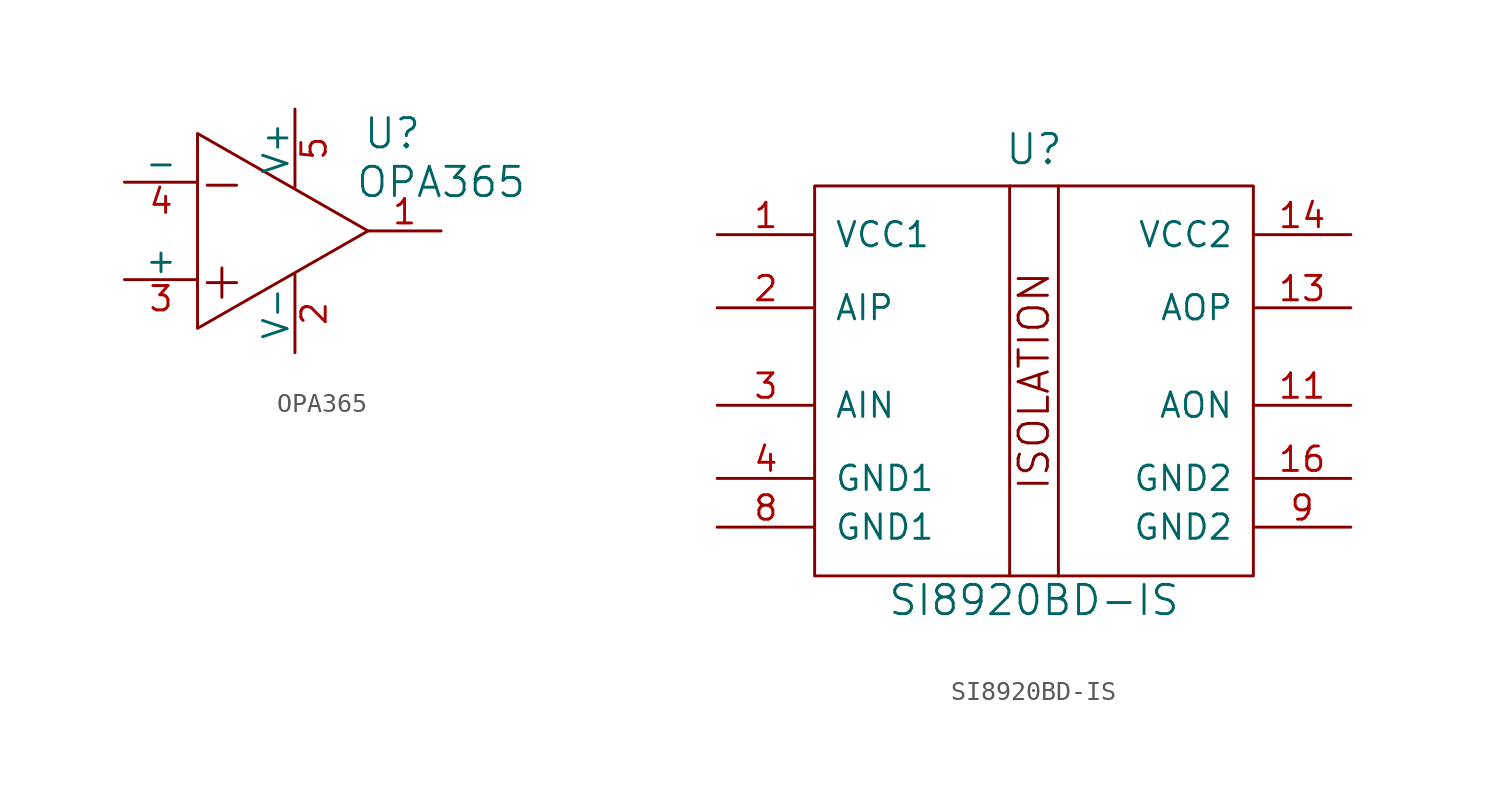
<source format=kicad_sym>
(kicad_symbol_lib
  (version 20201005)
  (generator kicad_symbol_editor)
  (symbol "OPA365"
    (pin_names
      (offset 0))
    (property "Reference" "U"
      (at 5.08 5.08 0)
      (effects (font (size 1.524 1.524))))
    (property "Value" "OPA365"
      (at 7.62 2.54 0)
      (effects (font (size 1.524 1.524))))
    (symbol "OPA365_0_0"
      (text "+" (at -3.81 -2.54 0) (effects (font (size 2.007 2.007))))
      (text "-" (at -3.81 2.54 0) (effects (font (size 2.007 2.007)))))
    (symbol "OPA365_0_1"
      (polyline (pts (xy -5.08 5.08) (xy -5.08 -5.08) (xy 3.81 0) (xy -5.08 5.08)) (stroke (width 0)) (fill (type none)))
      (pin power_in line (at 0 -6.35 90) (length 4.089) (name "V-" (effects (font (size 1.27 1.27)))) (number "2" (effects (font (size 1.27 1.27)))))
      (pin power_in line (at 0 6.35 270) (length 4.089) (name "V+" (effects (font (size 1.27 1.27)))) (number "5" (effects (font (size 1.27 1.27))))))
    (symbol "OPA365_1_1"
      (pin output line (at 7.62 0 180) (length 3.81) (name "~" (effects (font (size 1.27 1.27)))) (number "1" (effects (font (size 1.27 1.27)))))
      (pin input line (at -8.89 -2.54 0) (length 3.81) (name "+" (effects (font (size 1.27 1.27)))) (number "3" (effects (font (size 1.27 1.27)))))
      (pin input line (at -8.89 2.54 0) (length 3.81) (name "-" (effects (font (size 1.27 1.27)))) (number "4" (effects (font (size 1.27 1.27)))))))
  (symbol "SI8920BD-IS"
    (pin_names
      (offset 1.016))
    (property "Reference" "U"
      (at 0 12.065 0)
      (effects (font (size 1.524 1.524))))
    (property "Value" "SI8920BD-IS"
      (at 0 -11.43 0)
      (effects (font (size 1.524 1.524))))
    (symbol "SI8920BD-IS_0_0"
      (text "ISOLATION" (at 0 0 900) (effects (font (size 1.524 1.524)))))
    (symbol "SI8920BD-IS_0_1"
      (rectangle (start -11.43 10.16) (end 11.43 -10.16) (stroke (width 0)) (fill (type none)))
      (polyline (pts (xy -1.27 10.16) (xy -1.27 -10.16)) (stroke (width 0)) (fill (type none)))
      (polyline (pts (xy 1.27 10.16) (xy 1.27 -10.16)) (stroke (width 0)) (fill (type none))))
    (symbol "SI8920BD-IS_1_1"
      (pin power_in line (at -16.51 7.62 0) (length 5.08) (name "VCC1" (effects (font (size 1.27 1.27)))) (number "1" (effects (font (size 1.27 1.27)))))
      (pin unconnected line (at 8.89 10.16 270) (length 0) hide (name "NC" (effects (font (size 1.27 1.27)))) (number "10" (effects (font (size 1.27 1.27)))))
      (pin output line (at 16.51 -1.27 180) (length 5.08) (name "AON" (effects (font (size 1.27 1.27)))) (number "11" (effects (font (size 1.27 1.27)))))
      (pin unconnected line (at 6.35 10.16 270) (length 0) hide (name "NC" (effects (font (size 1.27 1.27)))) (number "12" (effects (font (size 1.27 1.27)))))
      (pin output line (at 16.51 3.81 180) (length 5.08) (name "AOP" (effects (font (size 1.27 1.27)))) (number "13" (effects (font (size 1.27 1.27)))))
      (pin power_in line (at 16.51 7.62 180) (length 5.08) (name "VCC2" (effects (font (size 1.27 1.27)))) (number "14" (effects (font (size 1.27 1.27)))))
      (pin unconnected line (at 3.81 10.16 270) (length 0) hide (name "NC" (effects (font (size 1.27 1.27)))) (number "15" (effects (font (size 1.27 1.27)))))
      (pin power_in line (at 16.51 -5.08 180) (length 5.08) (name "GND2" (effects (font (size 1.27 1.27)))) (number "16" (effects (font (size 1.27 1.27)))))
      (pin input line (at -16.51 3.81 0) (length 5.08) (name "AIP" (effects (font (size 1.27 1.27)))) (number "2" (effects (font (size 1.27 1.27)))))
      (pin input line (at -16.51 -1.27 0) (length 5.08) (name "AIN" (effects (font (size 1.27 1.27)))) (number "3" (effects (font (size 1.27 1.27)))))
      (pin power_in line (at -16.51 -5.08 0) (length 5.08) (name "GND1" (effects (font (size 1.27 1.27)))) (number "4" (effects (font (size 1.27 1.27)))))
      (pin unconnected line (at -8.89 10.16 270) (length 0) hide (name "NC" (effects (font (size 1.27 1.27)))) (number "5" (effects (font (size 1.27 1.27)))))
      (pin unconnected line (at -6.35 10.16 270) (length 0) hide (name "NC" (effects (font (size 1.27 1.27)))) (number "6" (effects (font (size 1.27 1.27)))))
      (pin unconnected line (at -3.81 10.16 270) (length 0) hide (name "NC" (effects (font (size 1.27 1.27)))) (number "7" (effects (font (size 1.27 1.27)))))
      (pin power_in line (at -16.51 -7.62 0) (length 5.08) (name "GND1" (effects (font (size 1.27 1.27)))) (number "8" (effects (font (size 1.27 1.27)))))
      (pin power_in line (at 16.51 -7.62 180) (length 5.08) (name "GND2" (effects (font (size 1.27 1.27)))) (number "9" (effects (font (size 1.27 1.27))))))))
</source>
